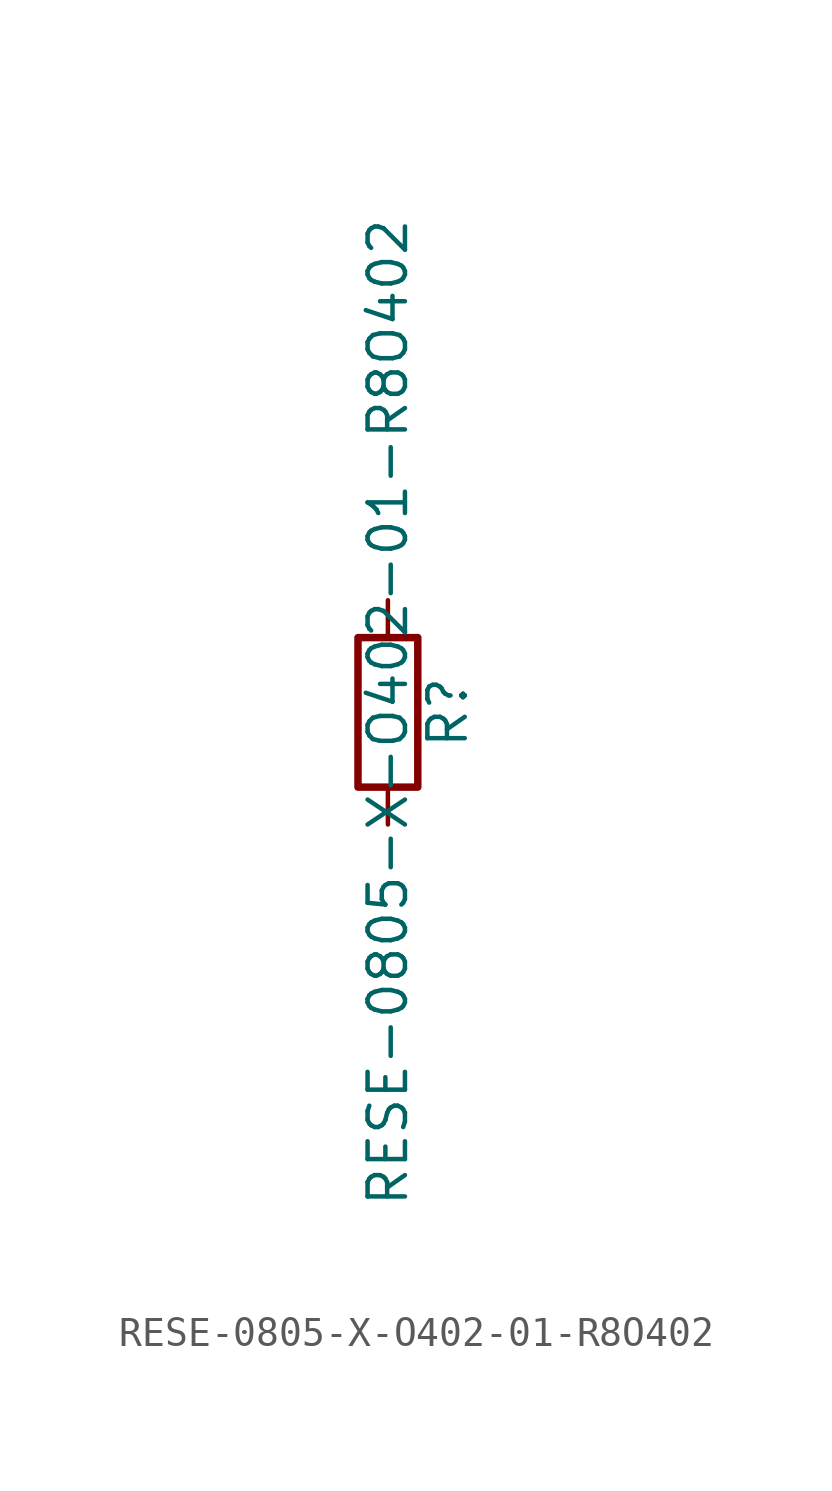
<source format=kicad_sym>
(kicad_symbol_lib
  (version 20211014)
  (generator kicad_symbol_editor)
  (symbol "RESE-0805-X-O402-01-R8O402"
    (pin_numbers hide)
    (pin_names
      (offset 0))
    (property "Reference" "R"
      (at 2.032 0 90)
      (effects (font (size 1.27 1.27))))
    (property "Value" "RESE-0805-X-O402-01-R8O402"
      (at 0 0 90)
      (effects (font (size 1.27 1.27))))
    (symbol "RESE-0805-X-O402-01-R8O402_0_1"
      (rectangle (start -1.016 -2.54) (end 1.016 2.54) (stroke (width 0.254) (type default) (color 0 0 0 0)) (fill (type none))))
    (symbol "RESE-0805-X-O402-01-R8O402_1_1"
      (pin passive line (at 0 3.81 270) (length 1.27) (name "~" (effects (font (size 1.27 1.27)))) (number "1" (effects (font (size 1.27 1.27)))))
      (pin passive line (at 0 -3.81 90) (length 1.27) (name "~" (effects (font (size 1.27 1.27)))) (number "2" (effects (font (size 1.27 1.27))))))))
</source>
